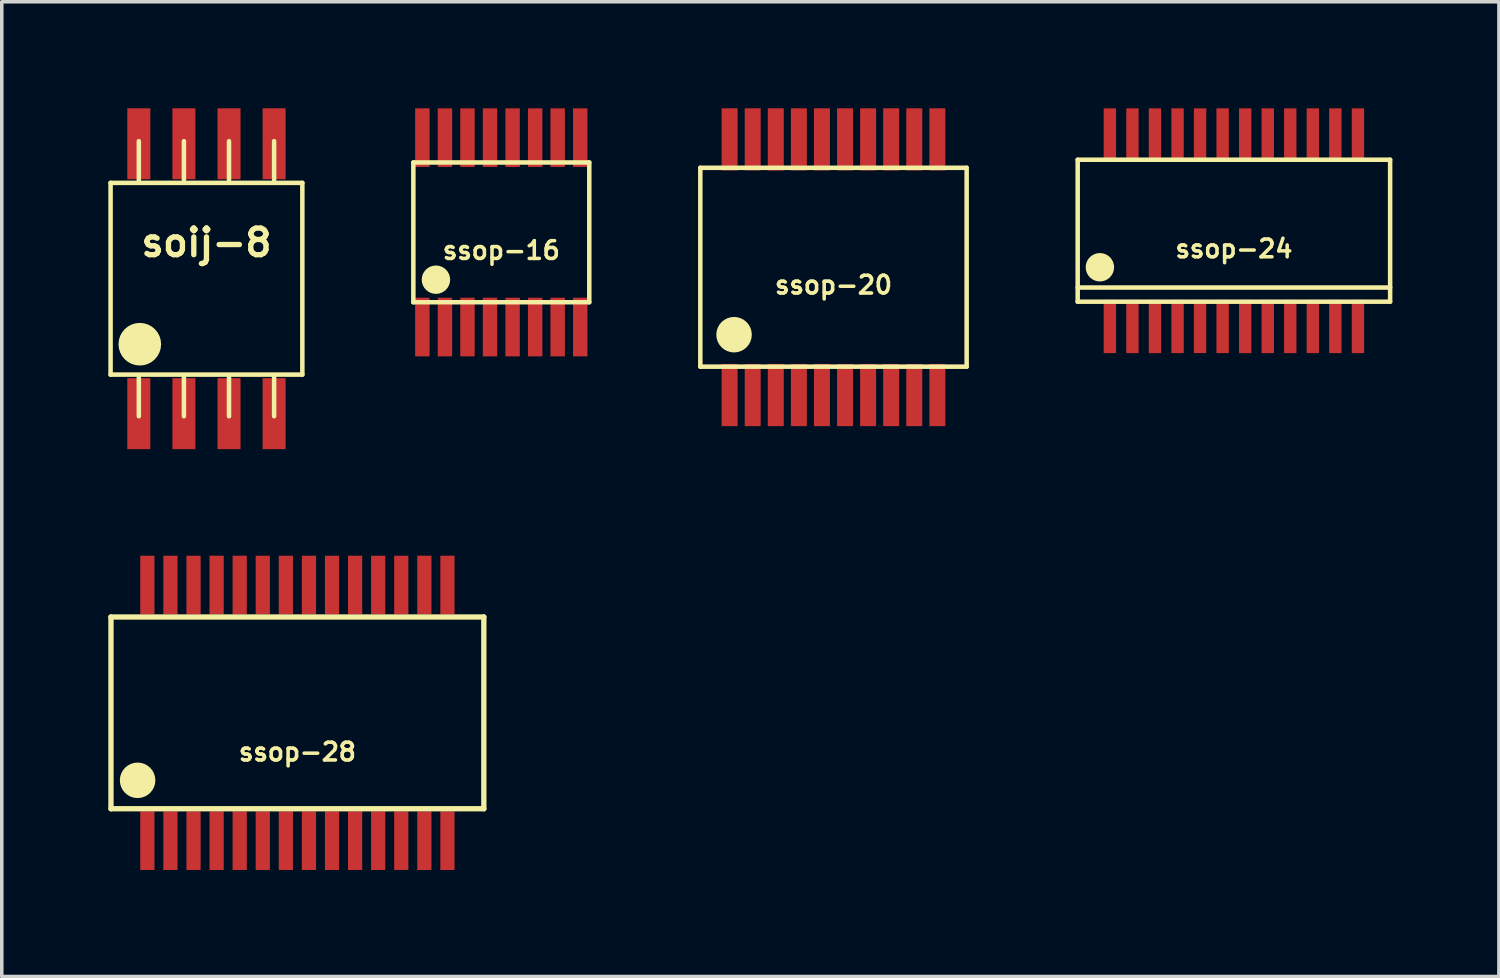
<source format=kicad_pcb>
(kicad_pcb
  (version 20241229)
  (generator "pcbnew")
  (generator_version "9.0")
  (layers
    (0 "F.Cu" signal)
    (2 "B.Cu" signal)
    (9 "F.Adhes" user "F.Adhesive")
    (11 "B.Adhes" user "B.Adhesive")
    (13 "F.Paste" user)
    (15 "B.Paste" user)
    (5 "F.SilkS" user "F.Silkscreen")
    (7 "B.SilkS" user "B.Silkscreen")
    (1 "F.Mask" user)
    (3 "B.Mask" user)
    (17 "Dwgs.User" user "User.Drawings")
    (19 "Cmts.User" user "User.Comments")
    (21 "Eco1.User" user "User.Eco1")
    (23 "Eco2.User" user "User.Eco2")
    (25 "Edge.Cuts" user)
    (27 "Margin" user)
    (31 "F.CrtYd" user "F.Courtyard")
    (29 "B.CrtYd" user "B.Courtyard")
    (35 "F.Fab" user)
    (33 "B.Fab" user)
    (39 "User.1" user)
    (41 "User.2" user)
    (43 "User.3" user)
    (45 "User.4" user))
  (footprint "ssop-24"
    (layer "F.Cu")
    (at 31.697 3.447)
    (property "Reference" "ssop-24" (at 0 0.508 0) (layer "F.SilkS") (effects (font (size 0.5 0.5) (thickness 0.099))))
    (attr through_hole)
    (fp_line (start -4.399 -1.999) (end 4.399 -1.999) (stroke (width 0.127) (type solid)) (layer "F.SilkS"))
    (fp_line (start -4.399 1.6) (end 4.399 1.6) (stroke (width 0.127) (type solid)) (layer "F.SilkS"))
    (fp_line (start -4.399 1.999) (end -4.399 -1.999) (stroke (width 0.127) (type solid)) (layer "F.SilkS"))
    (fp_line (start 4.399 -1.999) (end 4.399 1.999) (stroke (width 0.127) (type solid)) (layer "F.SilkS"))
    (fp_line (start 4.399 1.999) (end -4.399 1.999) (stroke (width 0.127) (type solid)) (layer "F.SilkS"))
    (fp_circle (center -3.774 1.029) (end -3.574 1.029) (stroke (width 0.4) (type solid)) (fill no) (layer "F.SilkS"))
    (pad "1" smd rect (at -3.493 2.697) (size 0.348 1.499) (layers "F.Cu" "F.Mask" "F.Paste"))
    (pad "2" smd rect (at -2.857 2.697) (size 0.348 1.499) (layers "F.Cu" "F.Mask" "F.Paste"))
    (pad "3" smd rect (at -2.223 2.697) (size 0.348 1.499) (layers "F.Cu" "F.Mask" "F.Paste"))
    (pad "4" smd rect (at -1.587 2.697) (size 0.348 1.499) (layers "F.Cu" "F.Mask" "F.Paste"))
    (pad "5" smd rect (at -0.953 2.697) (size 0.348 1.499) (layers "F.Cu" "F.Mask" "F.Paste"))
    (pad "6" smd rect (at -0.318 2.697) (size 0.348 1.499) (layers "F.Cu" "F.Mask" "F.Paste"))
    (pad "7" smd rect (at 0.318 2.697) (size 0.348 1.499) (layers "F.Cu" "F.Mask" "F.Paste"))
    (pad "8" smd rect (at 0.953 2.697) (size 0.348 1.499) (layers "F.Cu" "F.Mask" "F.Paste"))
    (pad "9" smd rect (at 1.587 2.697) (size 0.348 1.499) (layers "F.Cu" "F.Mask" "F.Paste"))
    (pad "10" smd rect (at 2.223 2.697) (size 0.348 1.499) (layers "F.Cu" "F.Mask" "F.Paste"))
    (pad "11" smd rect (at 2.857 2.697) (size 0.348 1.499) (layers "F.Cu" "F.Mask" "F.Paste"))
    (pad "12" smd rect (at 3.493 2.697) (size 0.348 1.499) (layers "F.Cu" "F.Mask" "F.Paste"))
    (pad "13" smd rect (at 3.493 -2.697) (size 0.348 1.499) (layers "F.Cu" "F.Mask" "F.Paste"))
    (pad "14" smd rect (at 2.857 -2.697) (size 0.348 1.499) (layers "F.Cu" "F.Mask" "F.Paste"))
    (pad "15" smd rect (at 2.223 -2.697) (size 0.348 1.499) (layers "F.Cu" "F.Mask" "F.Paste"))
    (pad "16" smd rect (at 1.587 -2.697) (size 0.348 1.499) (layers "F.Cu" "F.Mask" "F.Paste"))
    (pad "17" smd rect (at 0.953 -2.697) (size 0.348 1.499) (layers "F.Cu" "F.Mask" "F.Paste"))
    (pad "18" smd rect (at 0.318 -2.697) (size 0.348 1.499) (layers "F.Cu" "F.Mask" "F.Paste"))
    (pad "19" smd rect (at -0.318 -2.697) (size 0.348 1.499) (layers "F.Cu" "F.Mask" "F.Paste"))
    (pad "20" smd rect (at -0.953 -2.697) (size 0.348 1.499) (layers "F.Cu" "F.Mask" "F.Paste"))
    (pad "21" smd rect (at -1.587 -2.697) (size 0.348 1.499) (layers "F.Cu" "F.Mask" "F.Paste"))
    (pad "22" smd rect (at -2.223 -2.697) (size 0.348 1.499) (layers "F.Cu" "F.Mask" "F.Paste"))
    (pad "23" smd rect (at -2.857 -2.697) (size 0.348 1.499) (layers "F.Cu" "F.Mask" "F.Paste"))
    (pad "24" smd rect (at -3.493 -2.697) (size 0.348 1.499) (layers "F.Cu" "F.Mask" "F.Paste")))
  (footprint "ssop-20"
    (layer "F.Cu")
    (at 20.421 4.475)
    (property "Reference" "ssop-20" (at 0 0.5 0) (layer "F.SilkS") (effects (font (size 0.5 0.5) (thickness 0.1))))
    (attr through_hole)
    (fp_line (start -3.75 -2.8) (end 3.75 -2.8) (stroke (width 0.127) (type solid)) (layer "F.SilkS"))
    (fp_line (start -3.75 2.8) (end -3.75 -2.8) (stroke (width 0.127) (type solid)) (layer "F.SilkS"))
    (fp_line (start 3.75 -2.8) (end 3.75 2.8) (stroke (width 0.127) (type solid)) (layer "F.SilkS"))
    (fp_line (start 3.75 2.8) (end -3.75 2.8) (stroke (width 0.127) (type solid)) (layer "F.SilkS"))
    (fp_circle (center -2.8 1.9) (end -2.55 1.9) (stroke (width 0.5) (type solid)) (fill no) (layer "F.SilkS"))
    (pad "1" smd rect (at -2.925 3.6) (size 0.45 1.75) (layers "F.Cu" "F.Mask" "F.Paste"))
    (pad "2" smd rect (at -2.275 3.6) (size 0.45 1.75) (layers "F.Cu" "F.Mask" "F.Paste"))
    (pad "3" smd rect (at -1.625 3.6) (size 0.45 1.75) (layers "F.Cu" "F.Mask" "F.Paste"))
    (pad "4" smd rect (at -0.975 3.6) (size 0.45 1.75) (layers "F.Cu" "F.Mask" "F.Paste"))
    (pad "5" smd rect (at -0.325 3.6) (size 0.45 1.75) (layers "F.Cu" "F.Mask" "F.Paste"))
    (pad "6" smd rect (at 0.325 3.6) (size 0.45 1.75) (layers "F.Cu" "F.Mask" "F.Paste"))
    (pad "7" smd rect (at 0.975 3.6) (size 0.45 1.75) (layers "F.Cu" "F.Mask" "F.Paste"))
    (pad "8" smd rect (at 1.625 3.6) (size 0.45 1.75) (layers "F.Cu" "F.Mask" "F.Paste"))
    (pad "9" smd rect (at 2.275 3.6) (size 0.45 1.75) (layers "F.Cu" "F.Mask" "F.Paste"))
    (pad "10" smd rect (at 2.925 3.6) (size 0.45 1.75) (layers "F.Cu" "F.Mask" "F.Paste"))
    (pad "11" smd rect (at 2.925 -3.6) (size 0.45 1.75) (layers "F.Cu" "F.Mask" "F.Paste"))
    (pad "12" smd rect (at 2.275 -3.6) (size 0.45 1.75) (layers "F.Cu" "F.Mask" "F.Paste"))
    (pad "13" smd rect (at 1.625 -3.6) (size 0.45 1.75) (layers "F.Cu" "F.Mask" "F.Paste"))
    (pad "14" smd rect (at 0.975 -3.6) (size 0.45 1.75) (layers "F.Cu" "F.Mask" "F.Paste"))
    (pad "15" smd rect (at 0.325 -3.6) (size 0.45 1.75) (layers "F.Cu" "F.Mask" "F.Paste"))
    (pad "16" smd rect (at -0.325 -3.6) (size 0.45 1.75) (layers "F.Cu" "F.Mask" "F.Paste"))
    (pad "17" smd rect (at -0.975 -3.6) (size 0.45 1.75) (layers "F.Cu" "F.Mask" "F.Paste"))
    (pad "18" smd rect (at -1.625 -3.6) (size 0.45 1.75) (layers "F.Cu" "F.Mask" "F.Paste"))
    (pad "19" smd rect (at -2.275 -3.6) (size 0.45 1.75) (layers "F.Cu" "F.Mask" "F.Paste"))
    (pad "20" smd rect (at -2.925 -3.6) (size 0.45 1.75) (layers "F.Cu" "F.Mask" "F.Paste")))
  (footprint "soij-8"
    (layer "F.Cu")
    (at 2.764 4.799)
    (property "Reference" "soij-8" (at 0 -1.016 0) (layer "F.SilkS") (effects (font (size 0.749 0.749) (thickness 0.15))))
    (attr through_hole)
    (fp_line (start -2.7 -2.7) (end 2.7 -2.7) (stroke (width 0.127) (type solid)) (layer "F.SilkS"))
    (fp_line (start -2.7 2.7) (end -2.7 -2.7) (stroke (width 0.127) (type solid)) (layer "F.SilkS"))
    (fp_line (start -1.905 -2.781) (end -1.905 -3.873) (stroke (width 0.127) (type solid)) (layer "F.SilkS"))
    (fp_line (start -1.905 3.873) (end -1.905 2.781) (stroke (width 0.127) (type solid)) (layer "F.SilkS"))
    (fp_line (start -0.635 -2.781) (end -0.635 -3.873) (stroke (width 0.127) (type solid)) (layer "F.SilkS"))
    (fp_line (start -0.635 3.873) (end -0.635 2.781) (stroke (width 0.127) (type solid)) (layer "F.SilkS"))
    (fp_line (start 0.635 -2.781) (end 0.635 -3.873) (stroke (width 0.127) (type solid)) (layer "F.SilkS"))
    (fp_line (start 0.635 3.873) (end 0.635 2.781) (stroke (width 0.127) (type solid)) (layer "F.SilkS"))
    (fp_line (start 1.905 -3.873) (end 1.905 -2.781) (stroke (width 0.127) (type solid)) (layer "F.SilkS"))
    (fp_line (start 1.905 2.781) (end 1.905 3.873) (stroke (width 0.127) (type solid)) (layer "F.SilkS"))
    (fp_line (start 2.7 -2.7) (end 2.7 2.7) (stroke (width 0.127) (type solid)) (layer "F.SilkS"))
    (fp_line (start 2.7 2.7) (end -2.7 2.7) (stroke (width 0.127) (type solid)) (layer "F.SilkS"))
    (fp_circle (center -1.877 1.844) (end -1.577 1.844) (stroke (width 0.6) (type solid)) (fill no) (layer "F.SilkS"))
    (pad "1" smd rect (at -1.905 3.8) (size 0.648 1.999) (layers "F.Cu" "F.Mask" "F.Paste"))
    (pad "2" smd rect (at -0.635 3.8) (size 0.648 1.999) (layers "F.Cu" "F.Mask" "F.Paste"))
    (pad "3" smd rect (at 0.635 3.8) (size 0.648 1.999) (layers "F.Cu" "F.Mask" "F.Paste"))
    (pad "4" smd rect (at 1.905 3.8) (size 0.648 1.999) (layers "F.Cu" "F.Mask" "F.Paste"))
    (pad "5" smd rect (at 1.905 -3.8) (size 0.648 1.999) (layers "F.Cu" "F.Mask" "F.Paste"))
    (pad "6" smd rect (at 0.635 -3.8) (size 0.648 1.999) (layers "F.Cu" "F.Mask" "F.Paste"))
    (pad "7" smd rect (at -0.635 -3.8) (size 0.648 1.999) (layers "F.Cu" "F.Mask" "F.Paste"))
    (pad "8" smd rect (at -1.905 -3.8) (size 0.648 1.999) (layers "F.Cu" "F.Mask" "F.Paste")))
  (footprint "ssop-28"
    (layer "F.Cu")
    (at 5.325 17.024)
    (property "Reference" "ssop-28" (at 0 1.1 0) (layer "F.SilkS") (effects (font (size 0.5 0.5) (thickness 0.1))))
    (attr through_hole)
    (fp_line (start -5.25 -2.7) (end 5.25 -2.7) (stroke (width 0.15) (type solid)) (layer "F.SilkS"))
    (fp_line (start -5.25 2.7) (end -5.25 -2.7) (stroke (width 0.15) (type solid)) (layer "F.SilkS"))
    (fp_line (start 5.25 -2.7) (end 5.25 2.7) (stroke (width 0.15) (type solid)) (layer "F.SilkS"))
    (fp_line (start 5.25 2.7) (end -5.25 2.7) (stroke (width 0.15) (type solid)) (layer "F.SilkS"))
    (fp_circle (center -4.5 1.9) (end -4.25 1.9) (stroke (width 0.5) (type solid)) (fill no) (layer "F.SilkS"))
    (pad "1" smd rect (at -4.225 3.6) (size 0.4 1.65) (layers "F.Cu" "F.Mask" "F.Paste"))
    (pad "2" smd rect (at -3.575 3.6) (size 0.4 1.65) (layers "F.Cu" "F.Mask" "F.Paste"))
    (pad "3" smd rect (at -2.925 3.6) (size 0.4 1.65) (layers "F.Cu" "F.Mask" "F.Paste"))
    (pad "4" smd rect (at -2.275 3.6) (size 0.4 1.65) (layers "F.Cu" "F.Mask" "F.Paste"))
    (pad "5" smd rect (at -1.625 3.6) (size 0.4 1.65) (layers "F.Cu" "F.Mask" "F.Paste"))
    (pad "6" smd rect (at -0.975 3.6) (size 0.4 1.65) (layers "F.Cu" "F.Mask" "F.Paste"))
    (pad "7" smd rect (at -0.325 3.6) (size 0.4 1.65) (layers "F.Cu" "F.Mask" "F.Paste"))
    (pad "8" smd rect (at 0.325 3.6) (size 0.4 1.65) (layers "F.Cu" "F.Mask" "F.Paste"))
    (pad "9" smd rect (at 0.975 3.6) (size 0.4 1.65) (layers "F.Cu" "F.Mask" "F.Paste"))
    (pad "10" smd rect (at 1.625 3.6) (size 0.4 1.65) (layers "F.Cu" "F.Mask" "F.Paste"))
    (pad "11" smd rect (at 2.275 3.6) (size 0.4 1.65) (layers "F.Cu" "F.Mask" "F.Paste"))
    (pad "12" smd rect (at 2.925 3.6) (size 0.4 1.65) (layers "F.Cu" "F.Mask" "F.Paste"))
    (pad "13" smd rect (at 3.575 3.6) (size 0.4 1.65) (layers "F.Cu" "F.Mask" "F.Paste"))
    (pad "14" smd rect (at 4.225 3.6) (size 0.4 1.65) (layers "F.Cu" "F.Mask" "F.Paste"))
    (pad "15" smd rect (at 4.225 -3.6) (size 0.4 1.65) (layers "F.Cu" "F.Mask" "F.Paste"))
    (pad "16" smd rect (at 3.575 -3.6) (size 0.4 1.65) (layers "F.Cu" "F.Mask" "F.Paste"))
    (pad "17" smd rect (at 2.925 -3.6) (size 0.4 1.65) (layers "F.Cu" "F.Mask" "F.Paste"))
    (pad "18" smd rect (at 2.275 -3.6) (size 0.4 1.65) (layers "F.Cu" "F.Mask" "F.Paste"))
    (pad "19" smd rect (at 1.625 -3.6) (size 0.4 1.65) (layers "F.Cu" "F.Mask" "F.Paste"))
    (pad "20" smd rect (at 0.975 -3.6) (size 0.4 1.65) (layers "F.Cu" "F.Mask" "F.Paste"))
    (pad "21" smd rect (at 0.325 -3.6) (size 0.4 1.65) (layers "F.Cu" "F.Mask" "F.Paste"))
    (pad "22" smd rect (at -0.325 -3.6) (size 0.4 1.65) (layers "F.Cu" "F.Mask" "F.Paste"))
    (pad "23" smd rect (at -0.975 -3.6) (size 0.4 1.65) (layers "F.Cu" "F.Mask" "F.Paste"))
    (pad "24" smd rect (at -1.625 -3.6) (size 0.4 1.65) (layers "F.Cu" "F.Mask" "F.Paste"))
    (pad "25" smd rect (at -2.275 -3.6) (size 0.4 1.65) (layers "F.Cu" "F.Mask" "F.Paste"))
    (pad "26" smd rect (at -2.925 -3.6) (size 0.4 1.65) (layers "F.Cu" "F.Mask" "F.Paste"))
    (pad "27" smd rect (at -3.575 -3.6) (size 0.4 1.65) (layers "F.Cu" "F.Mask" "F.Paste"))
    (pad "28" smd rect (at -4.225 -3.6) (size 0.4 1.65) (layers "F.Cu" "F.Mask" "F.Paste")))
  (footprint "ssop-16"
    (layer "F.Cu")
    (at 11.067 3.493)
    (property "Reference" "ssop-16" (at 0 0.508 0) (layer "F.SilkS") (effects (font (size 0.5 0.5) (thickness 0.099))))
    (attr through_hole)
    (fp_line (start -2.477 -1.968) (end -2.477 1.968) (stroke (width 0.127) (type solid)) (layer "F.SilkS"))
    (fp_line (start -2.477 1.968) (end 2.477 1.968) (stroke (width 0.127) (type solid)) (layer "F.SilkS"))
    (fp_line (start 2.477 -1.968) (end -2.477 -1.968) (stroke (width 0.127) (type solid)) (layer "F.SilkS"))
    (fp_line (start 2.477 1.968) (end 2.477 -1.968) (stroke (width 0.127) (type solid)) (layer "F.SilkS"))
    (fp_circle (center -1.841 1.333) (end -1.641 1.333) (stroke (width 0.4) (type solid)) (fill no) (layer "F.SilkS"))
    (pad "1" smd rect (at -2.223 2.667) (size 0.406 1.651) (layers "F.Cu" "F.Mask" "F.Paste"))
    (pad "2" smd rect (at -1.587 2.667) (size 0.406 1.651) (layers "F.Cu" "F.Mask" "F.Paste"))
    (pad "3" smd rect (at -0.953 2.667) (size 0.406 1.651) (layers "F.Cu" "F.Mask" "F.Paste"))
    (pad "4" smd rect (at -0.318 2.667) (size 0.406 1.651) (layers "F.Cu" "F.Mask" "F.Paste"))
    (pad "5" smd rect (at 0.318 2.667) (size 0.406 1.651) (layers "F.Cu" "F.Mask" "F.Paste"))
    (pad "6" smd rect (at 0.953 2.667) (size 0.406 1.651) (layers "F.Cu" "F.Mask" "F.Paste"))
    (pad "7" smd rect (at 1.587 2.667) (size 0.406 1.651) (layers "F.Cu" "F.Mask" "F.Paste"))
    (pad "8" smd rect (at 2.223 2.667) (size 0.406 1.651) (layers "F.Cu" "F.Mask" "F.Paste"))
    (pad "9" smd rect (at 2.223 -2.667) (size 0.406 1.651) (layers "F.Cu" "F.Mask" "F.Paste"))
    (pad "10" smd rect (at 1.587 -2.667) (size 0.406 1.651) (layers "F.Cu" "F.Mask" "F.Paste"))
    (pad "11" smd rect (at 0.953 -2.667) (size 0.406 1.651) (layers "F.Cu" "F.Mask" "F.Paste"))
    (pad "12" smd rect (at 0.318 -2.667) (size 0.406 1.651) (layers "F.Cu" "F.Mask" "F.Paste"))
    (pad "13" smd rect (at -0.318 -2.667) (size 0.406 1.651) (layers "F.Cu" "F.Mask" "F.Paste"))
    (pad "14" smd rect (at -0.953 -2.667) (size 0.406 1.651) (layers "F.Cu" "F.Mask" "F.Paste"))
    (pad "15" smd rect (at -1.587 -2.667) (size 0.406 1.651) (layers "F.Cu" "F.Mask" "F.Paste"))
    (pad "16" smd rect (at -2.223 -2.667) (size 0.406 1.651) (layers "F.Cu" "F.Mask" "F.Paste")))
  (gr_rect
    (start -3 -3)
    (end 39.16 24.449)
    (stroke (width 0.1) (type default))
    (fill no)
    (layer "Edge.Cuts")))
</source>
